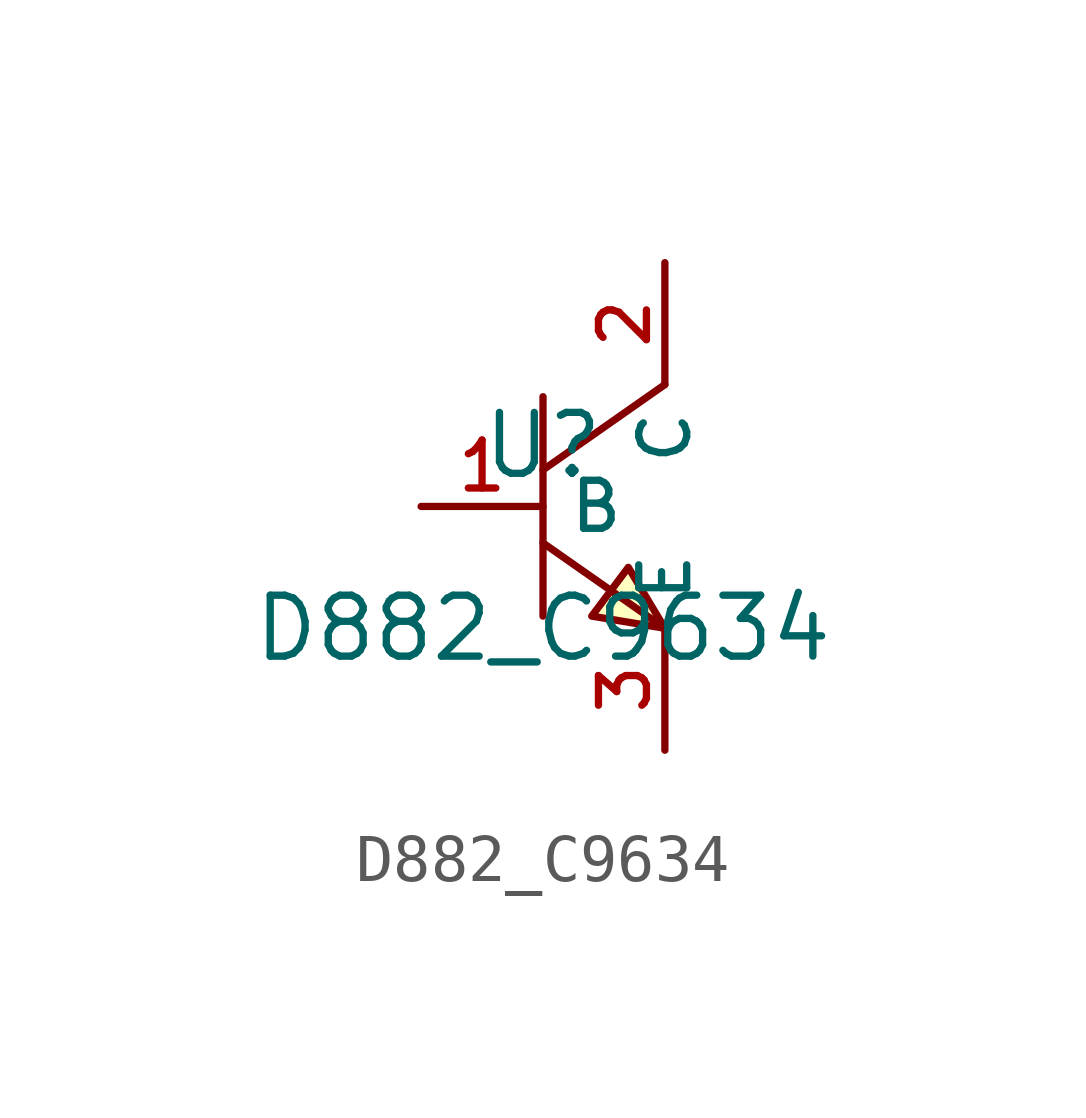
<source format=kicad_sym>
(kicad_symbol_lib
  (version 20210201)
  (generator TousstNicolas/JLC2KiCad_lib)
  (symbol "D882_C9634"
    (property "Reference" "U"
      (at 0 1.27 0)
      (effects (font (size 1.27 1.27))))
    (property "Value" "D882_C9634"
      (at 0 -2.54 0)
      (effects (font (size 1.27 1.27))))
    (symbol "D882_C9634_0_1"
      (pin input line (at -2.54 -0.0 0) (length 2.54) (name "B" (effects (font (size 1 1)))) (number "1" (effects (font (size 1 1)))))
      (pin input line (at 2.54 5.08 270) (length 2.54) (name "C" (effects (font (size 1 1)))) (number "2" (effects (font (size 1 1)))))
      (pin input line (at 2.54 -5.08 90) (length 2.54) (name "E" (effects (font (size 1 1)))) (number "3" (effects (font (size 1 1)))))
      (polyline (pts (xy 2.54 2.54) (xy 0.0 0.762)) (stroke (width 0) (type default) (color 0 0 0 0)) (fill (type none)))
      (polyline (pts (xy 0.0 -0.762) (xy 2.54 -2.54)) (stroke (width 0) (type default) (color 0 0 0 0)) (fill (type none)))
      (polyline (pts (xy 0.0 2.286) (xy 0.0 -2.286)) (stroke (width 0) (type default) (color 0 0 0 0)) (fill (type none)))
      (polyline (pts (xy 2.54 -2.54) (xy 1.778 -1.27) (xy 1.016 -2.286) (xy 2.54 -2.54)) (stroke (width 0) (type default) (color 0 0 0 0)) (fill (type background))))))
</source>
